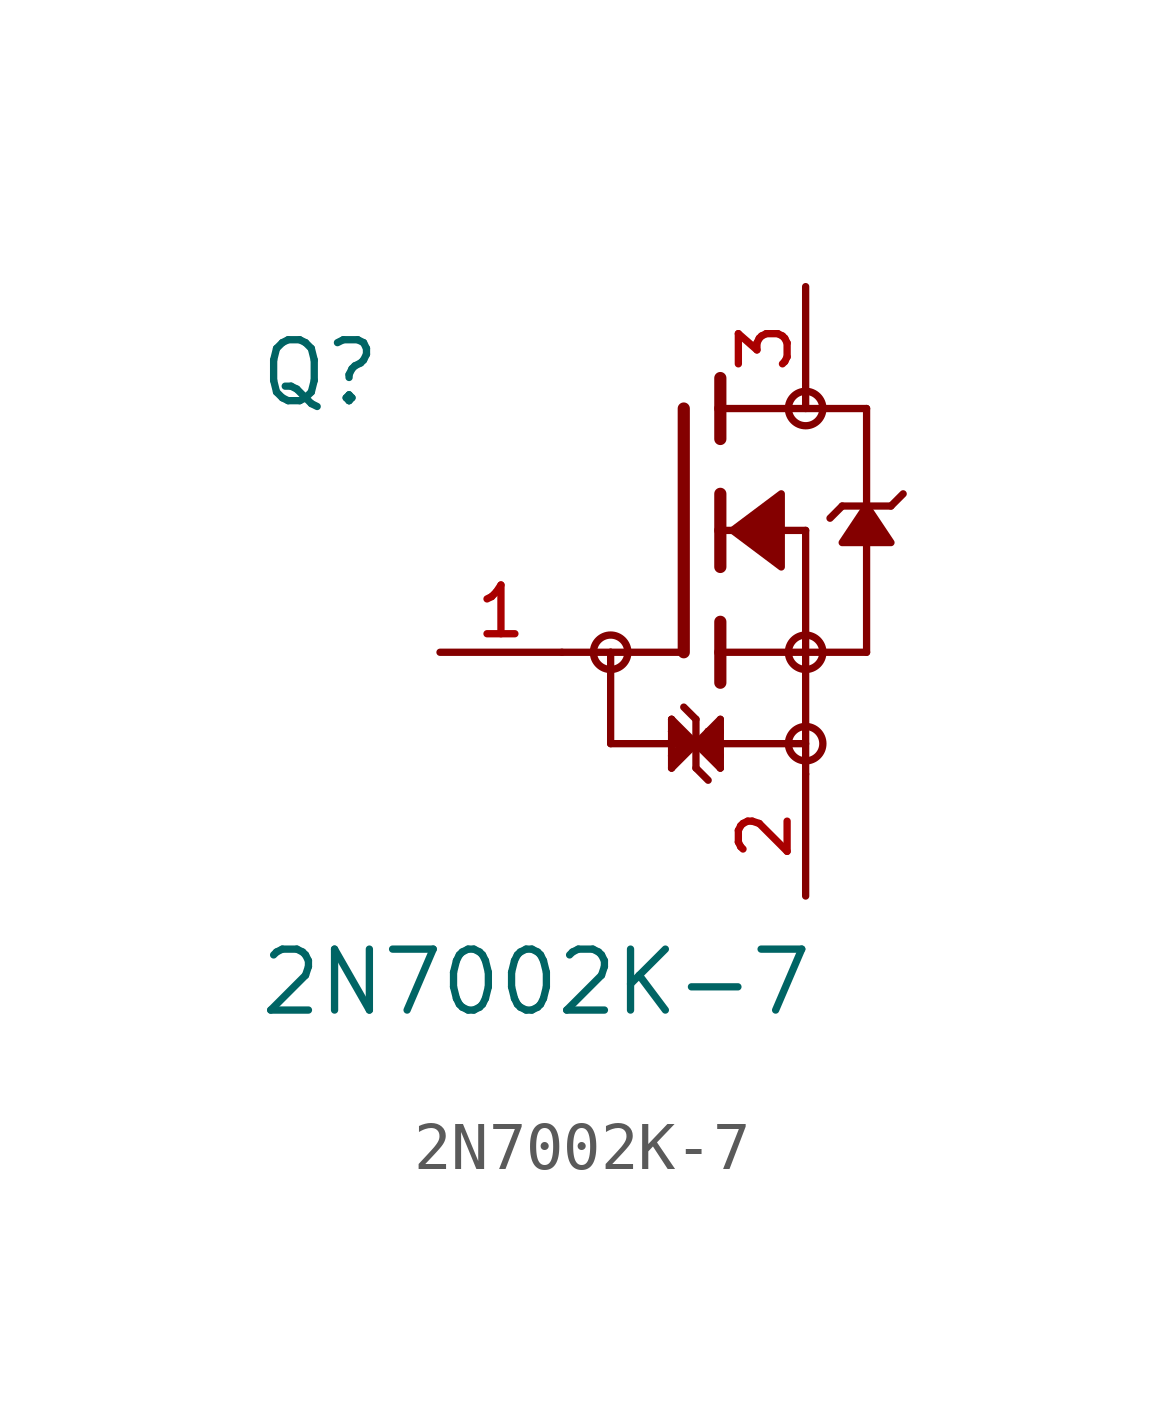
<source format=kicad_sym>
(kicad_symbol_lib
  (version 20211014)
  (generator kicad_symbol_editor)
  (symbol "2N7002K-7"
    (pin_names
      (offset 1.016))
    (property "Reference" "Q"
      (at -8.89 2.54 0)
      (effects (font (size 1.27 1.27)) (justify bottom left)))
    (property "Value" "2N7002K-7"
      (at -8.89 -10.16 0)
      (effects (font (size 1.27 1.27)) (justify bottom left)))
    (symbol "2N7002K-7_0_0"
      (polyline (pts (xy -1.524 -2.54) (xy -1.524 -4.445)) (stroke (width 0.152)))
      (polyline (pts (xy -1.524 -4.445) (xy 0.0 -4.445)) (stroke (width 0.152)))
      (polyline (pts (xy 0.254 -4.445) (xy 0.508 -4.445)) (stroke (width 0.152)))
      (polyline (pts (xy 0.508 -4.445) (xy 2.54 -4.445)) (stroke (width 0.152)))
      (polyline (pts (xy -0.254 -3.937) (xy -0.254 -4.191)) (stroke (width 0.152)))
      (polyline (pts (xy -0.254 -4.191) (xy -0.254 -4.699)) (stroke (width 0.152)))
      (polyline (pts (xy -0.254 -4.699) (xy -0.254 -4.953)) (stroke (width 0.152)))
      (polyline (pts (xy -0.254 -4.953) (xy 0.254 -4.445)) (stroke (width 0.152)))
      (polyline (pts (xy 0.508 -4.191) (xy 0.762 -3.937)) (stroke (width 0.152)))
      (polyline (pts (xy 0.762 -3.937) (xy 0.762 -4.191)) (stroke (width 0.152)))
      (polyline (pts (xy 0.762 -4.191) (xy 0.762 -4.699)) (stroke (width 0.152)))
      (polyline (pts (xy 0.762 -4.699) (xy 0.762 -4.953)) (stroke (width 0.152)))
      (polyline (pts (xy 0.762 -4.953) (xy 0.254 -4.445)) (stroke (width 0.152)))
      (polyline (pts (xy 0.254 -4.445) (xy -0.254 -3.937)) (stroke (width 0.152)))
      (polyline (pts (xy -0.254 -3.937) (xy 0.0 -4.445)) (stroke (width 0.152)))
      (polyline (pts (xy 0.0 -4.445) (xy -0.254 -4.699)) (stroke (width 0.152)))
      (polyline (pts (xy -0.254 -4.699) (xy 0.254 -4.445)) (stroke (width 0.152)))
      (polyline (pts (xy 0.0 -4.445) (xy -0.254 -4.191)) (stroke (width 0.152)))
      (polyline (pts (xy -0.254 -4.191) (xy 0.254 -4.445)) (stroke (width 0.152)))
      (polyline (pts (xy 0.254 -4.445) (xy 0.762 -4.699)) (stroke (width 0.152)))
      (polyline (pts (xy 0.762 -4.699) (xy 0.508 -4.191)) (stroke (width 0.152)))
      (polyline (pts (xy 0.508 -4.191) (xy 0.762 -4.191)) (stroke (width 0.152)))
      (polyline (pts (xy 0.762 -4.191) (xy 0.508 -4.445)) (stroke (width 0.152)))
      (polyline (pts (xy 0.508 -4.445) (xy 0.508 -4.191)) (stroke (width 0.152)))
      (polyline (pts (xy 0.508 -4.191) (xy 0.254 -4.445)) (stroke (width 0.152)))
      (polyline (pts (xy 0.254 -4.445) (xy 0.254 -3.937)) (stroke (width 0.152)))
      (polyline (pts (xy 0.0 -3.683) (xy 0.254 -3.937)) (stroke (width 0.152)))
      (polyline (pts (xy 0.254 -4.445) (xy 0.254 -4.953)) (stroke (width 0.152)))
      (polyline (pts (xy 0.254 -4.953) (xy 0.508 -5.207)) (stroke (width 0.152)))
      (polyline (pts (xy -0.254 -4.953) (xy 0.0 -4.445)) (stroke (width 0.152)))
      (polyline (pts (xy 0.0 -4.445) (xy 0.254 -4.445)) (stroke (width 0.152)))
      (polyline (pts (xy 0.508 -4.445) (xy 0.762 -4.953)) (stroke (width 0.152)))
      (polyline (pts (xy 0.762 0.762) (xy 0.762 0.0)) (stroke (width 0.254)))
      (polyline (pts (xy 0.762 0.0) (xy 0.762 -0.762)) (stroke (width 0.254)))
      (polyline (pts (xy 0.762 3.175) (xy 0.762 2.54)) (stroke (width 0.254)))
      (polyline (pts (xy 0.762 2.54) (xy 0.762 1.905)) (stroke (width 0.254)))
      (polyline (pts (xy 0.762 0.0) (xy 2.54 0.0)) (stroke (width 0.152)))
      (polyline (pts (xy 2.54 0.0) (xy 2.54 -2.54)) (stroke (width 0.152)))
      (polyline (pts (xy 0.762 -1.905) (xy 0.762 -2.54)) (stroke (width 0.254)))
      (polyline (pts (xy 0.762 -2.54) (xy 0.762 -3.175)) (stroke (width 0.254)))
      (polyline (pts (xy 0.0 2.54) (xy 0.0 -2.54)) (stroke (width 0.254)))
      (polyline (pts (xy 2.54 -2.54) (xy 0.762 -2.54)) (stroke (width 0.152)))
      (polyline (pts (xy 3.81 2.54) (xy 3.81 0.508)) (stroke (width 0.152)))
      (polyline (pts (xy 3.81 0.508) (xy 3.81 -2.54)) (stroke (width 0.152)))
      (polyline (pts (xy 2.54 -2.54) (xy 3.81 -2.54)) (stroke (width 0.152)))
      (polyline (pts (xy 0.762 2.54) (xy 3.81 2.54)) (stroke (width 0.152)))
      (polyline (pts (xy 4.572 0.762) (xy 4.318 0.508)) (stroke (width 0.152)))
      (polyline (pts (xy 4.318 0.508) (xy 3.81 0.508)) (stroke (width 0.152)))
      (polyline (pts (xy 3.81 0.508) (xy 3.302 0.508)) (stroke (width 0.152)))
      (polyline (pts (xy 3.302 0.508) (xy 3.048 0.254)) (stroke (width 0.152)))
      (circle (center 2.54 -2.54) (radius 0.359) (stroke (width 0.0)) (fill (type none)))
      (circle (center 2.54 2.54) (radius 0.359) (stroke (width 0.0)) (fill (type none)))
      (polyline (pts (xy 3.81 0.508) (xy 3.302 -0.254) (xy 4.318 -0.254) (xy 3.81 0.508)) (stroke (width 0.152)) (fill (type outline)))
      (polyline (pts (xy 1.016 0.0) (xy 2.032 0.762) (xy 2.032 -0.762) (xy 1.016 0.0)) (stroke (width 0.152)) (fill (type outline)))
      (polyline (pts (xy 0.0 -2.54) (xy -1.524 -2.54)) (stroke (width 0.152)))
      (polyline (pts (xy -1.524 -2.54) (xy -2.54 -2.54)) (stroke (width 0.152)))
      (polyline (pts (xy 2.54 -2.54) (xy 2.54 -5.08)) (stroke (width 0.152)))
      (circle (center -1.524 -2.54) (radius 0.359) (stroke (width 0.0)) (fill (type none)))
      (circle (center 2.54 -4.445) (radius 0.359) (stroke (width 0.0)) (fill (type none)))
      (pin passive line (at -5.08 -2.54 0) (length 2.54) (name "~" (effects (font (size 1.016 1.016)))) (number "1" (effects (font (size 1.016 1.016)))))
      (pin passive line (at 2.54 5.08 270.0) (length 2.54) (name "~" (effects (font (size 1.016 1.016)))) (number "3" (effects (font (size 1.016 1.016)))))
      (pin passive line (at 2.54 -7.62 90.0) (length 2.54) (name "~" (effects (font (size 1.016 1.016)))) (number "2" (effects (font (size 1.016 1.016))))))))
</source>
